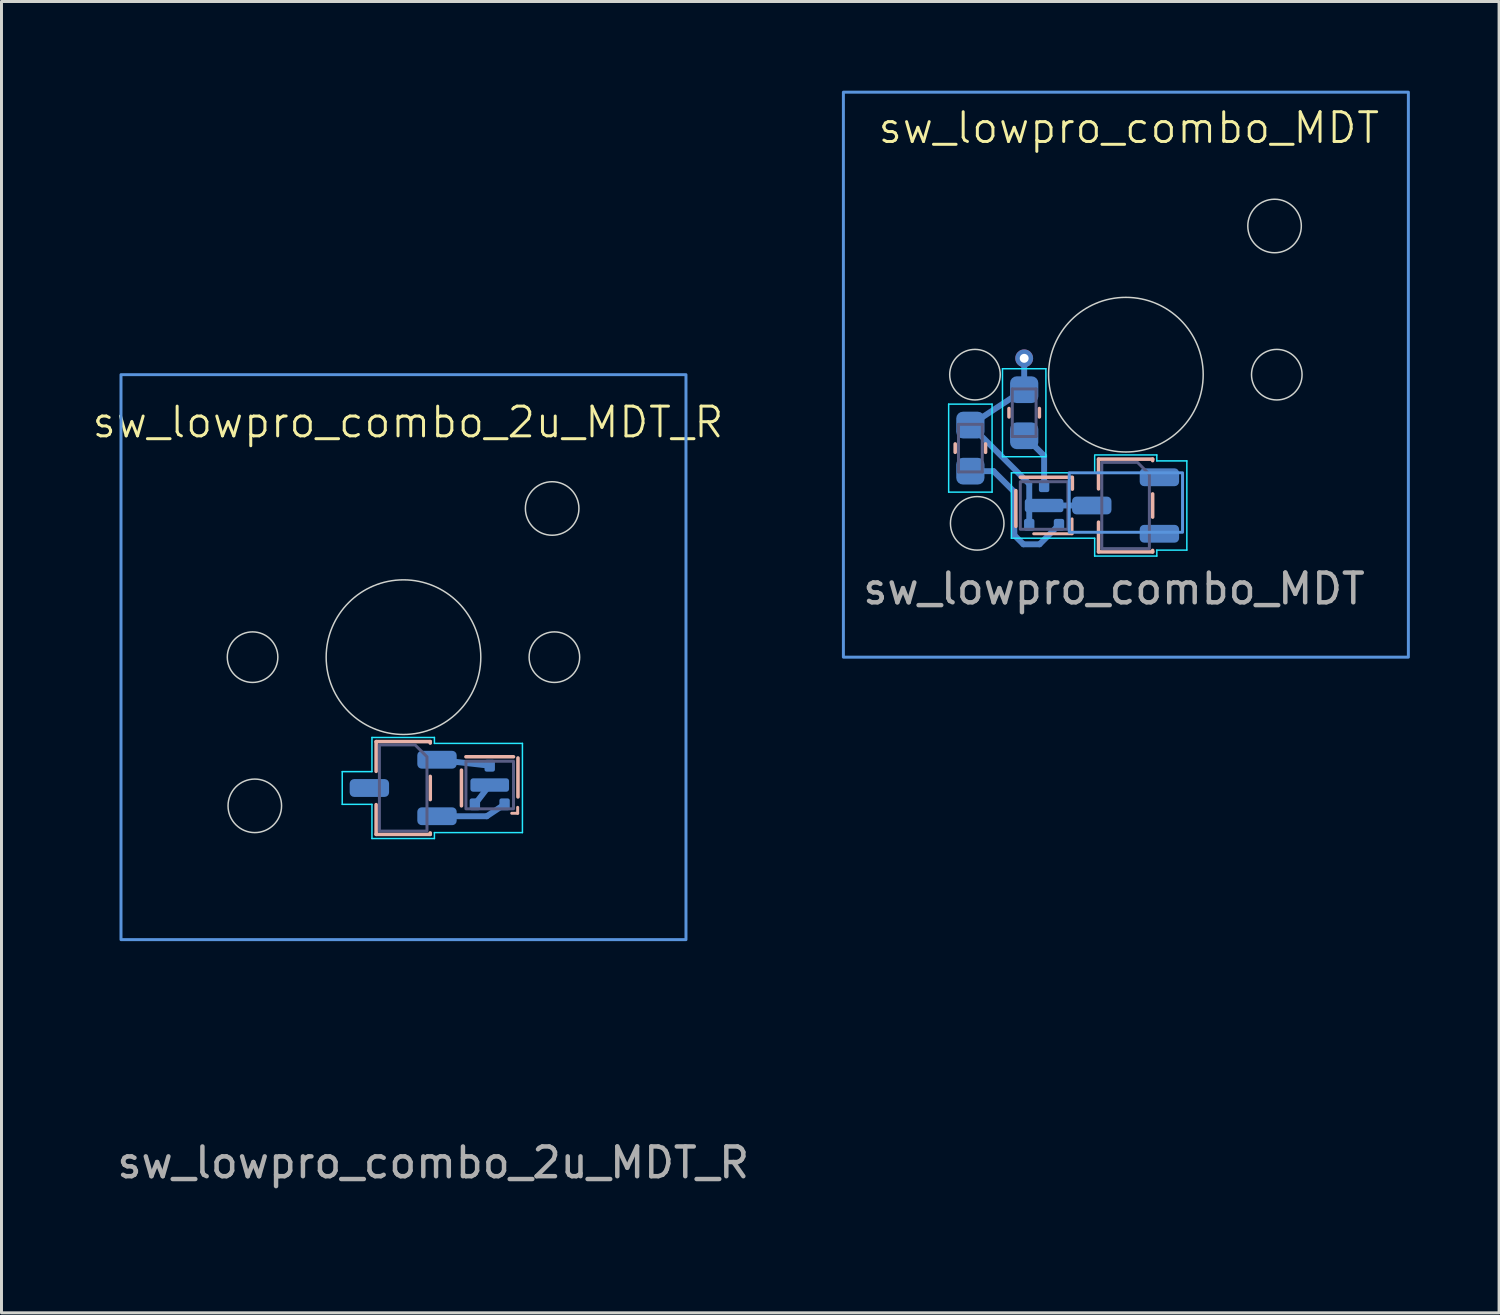
<source format=kicad_pcb>
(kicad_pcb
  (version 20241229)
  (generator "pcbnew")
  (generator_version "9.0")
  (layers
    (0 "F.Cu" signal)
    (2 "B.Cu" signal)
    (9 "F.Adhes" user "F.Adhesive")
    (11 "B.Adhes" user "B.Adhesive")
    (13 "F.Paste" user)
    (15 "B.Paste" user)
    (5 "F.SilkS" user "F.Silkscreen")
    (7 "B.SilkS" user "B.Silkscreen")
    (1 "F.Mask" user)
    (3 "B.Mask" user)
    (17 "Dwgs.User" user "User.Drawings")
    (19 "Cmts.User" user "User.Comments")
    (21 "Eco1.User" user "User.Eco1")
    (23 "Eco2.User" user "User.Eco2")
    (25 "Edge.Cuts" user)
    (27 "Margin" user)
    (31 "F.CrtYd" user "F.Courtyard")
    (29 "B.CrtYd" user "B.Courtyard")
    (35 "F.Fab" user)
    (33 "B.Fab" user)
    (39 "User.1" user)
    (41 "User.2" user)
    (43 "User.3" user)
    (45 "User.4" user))
  (footprint "sw_lowpro_combo_2u_MDT_R"
    (layer "F.Cu")
    (at 10.519 19.05)
    (property "Reference" "sw_lowpro_combo_2u_MDT_R" (at 0.15 -7.9 0) (unlocked yes) (layer "F.SilkS") (effects (font (size 1 1) (thickness 0.1))))
    (attr smd)
    (fp_line (start 1.127 3.45) (end 2.9 3.65) (stroke (width 0.2) (type default)) (layer "B.Cu"))
    (fp_line (start 2.4 4.95) (end 2.9 4.3) (stroke (width 0.2) (type default)) (layer "B.Cu"))
    (fp_line (start 2.8 5.35) (end 1.127 5.35) (stroke (width 0.2) (type solid)) (layer "B.Cu"))
    (fp_line (start 3.4 4.95) (end 2.8 5.35) (stroke (width 0.2) (type default)) (layer "B.Cu"))
    (fp_line (start -0.92 2.84) (end -0.92 3.84) (stroke (width 0.12) (type solid)) (layer "B.SilkS"))
    (fp_line (start -0.92 4.96) (end -0.92 5.96) (stroke (width 0.12) (type solid)) (layer "B.SilkS"))
    (fp_line (start -0.92 5.96) (end 0.9 5.96) (stroke (width 0.12) (type solid)) (layer "B.SilkS"))
    (fp_line (start 0.9 2.84) (end -0.92 2.84) (stroke (width 0.12) (type solid)) (layer "B.SilkS"))
    (fp_line (start 0.9 2.89) (end 0.9 2.84) (stroke (width 0.12) (type solid)) (layer "B.SilkS"))
    (fp_line (start 0.9 4.79) (end 0.9 4.01) (stroke (width 0.12) (type solid)) (layer "B.SilkS"))
    (fp_line (start 0.9 5.96) (end 0.9 5.91) (stroke (width 0.12) (type solid)) (layer "B.SilkS"))
    (fp_line (start 1.95 3.8) (end 1.95 5) (stroke (width 0.12) (type solid)) (layer "B.SilkS"))
    (fp_line (start 3.64 5.25) (end 3.84 5.25) (stroke (width 0.1) (type default)) (layer "B.SilkS"))
    (fp_line (start 3.7 3.35) (end 2.1 3.35) (stroke (width 0.12) (type solid)) (layer "B.SilkS"))
    (fp_line (start 3.84 5.25) (end 3.84 5.05) (stroke (width 0.1) (type default)) (layer "B.SilkS"))
    (fp_line (start 3.85 4.7) (end 3.85 3.39) (stroke (width 0.12) (type solid)) (layer "B.SilkS"))
    (fp_rect (start -9.5 -9.5) (end 9.5 9.5) (stroke (width 0.1) (type solid)) (fill no) (layer "Cmts.User"))
    (fp_circle (center 0 0) (end 2.5 0) (stroke (width 0.1) (type default)) (fill no) (layer "Eco1.User"))
    (fp_circle (center -5.075 0) (end -4.225 0) (stroke (width 0.05) (type solid)) (fill no) (layer "Edge.Cuts"))
    (fp_circle (center -5 5) (end -4.1 5) (stroke (width 0.05) (type solid)) (fill no) (layer "Edge.Cuts"))
    (fp_circle (center 0 0) (end 2.6 0) (stroke (width 0.05) (type solid)) (fill no) (layer "Edge.Cuts"))
    (fp_circle (center 5 -5) (end 5.9 -5) (stroke (width 0.05) (type solid)) (fill no) (layer "Edge.Cuts"))
    (fp_circle (center 5.075 0) (end 5.925 0) (stroke (width 0.05) (type solid)) (fill no) (layer "Edge.Cuts"))
    (fp_line (start -2.06 3.85) (end -2.06 4.95) (stroke (width 0.05) (type solid)) (layer "B.CrtYd"))
    (fp_line (start -2.06 4.95) (end -1.06 4.95) (stroke (width 0.05) (type solid)) (layer "B.CrtYd"))
    (fp_line (start -1.06 2.7) (end -1.06 3.85) (stroke (width 0.05) (type solid)) (layer "B.CrtYd"))
    (fp_line (start -1.06 3.85) (end -2.06 3.85) (stroke (width 0.05) (type solid)) (layer "B.CrtYd"))
    (fp_line (start -1.06 4.95) (end -1.06 6.1) (stroke (width 0.05) (type solid)) (layer "B.CrtYd"))
    (fp_line (start -1.06 6.1) (end 1.04 6.1) (stroke (width 0.05) (type solid)) (layer "B.CrtYd"))
    (fp_line (start 1.04 2.7) (end -1.06 2.7) (stroke (width 0.05) (type solid)) (layer "B.CrtYd"))
    (fp_line (start 1.04 2.9) (end 1.04 2.7) (stroke (width 0.05) (type solid)) (layer "B.CrtYd"))
    (fp_line (start 1.04 5.9) (end 4 5.9) (stroke (width 0.05) (type solid)) (layer "B.CrtYd"))
    (fp_line (start 1.04 6.1) (end 1.04 5.9) (stroke (width 0.05) (type solid)) (layer "B.CrtYd"))
    (fp_line (start 4 2.9) (end 1.04 2.9) (stroke (width 0.05) (type solid)) (layer "B.CrtYd"))
    (fp_line (start 4 5.9) (end 4 2.9) (stroke (width 0.05) (type solid)) (layer "B.CrtYd"))
    (fp_rect (start 2.1 3.5) (end 3.7 5.1) (stroke (width 0.1) (type solid)) (fill no) (layer "B.Fab"))
    (fp_poly (pts (xy 0.79 3.35) (xy 0.79 5.85) (xy -0.81 5.85) (xy -0.81 2.95) (xy 0.39 2.95)) (stroke (width 0.1) (type solid)) (fill no) (layer "B.Fab"))
    (fp_rect (start -9.5 -19) (end 9.5 19) (stroke (width 0.1) (type default)) (fill no) (layer "User.2"))
    (fp_rect (start -2.5 -6) (end 2.5 -3.5) (stroke (width 0.1) (type solid)) (fill no) (layer "User.2"))
    (fp_line (start -5.73 -14.6) (end -5.73 -9.4) (stroke (width 0.12) (type solid)) (layer "User.3"))
    (fp_line (start -5.73 9.4) (end -5.73 14.6) (stroke (width 0.12) (type solid)) (layer "User.3"))
    (fp_line (start 9.5 -15) (end -5.33 -15) (stroke (width 0.12) (type solid)) (layer "User.3"))
    (fp_line (start 9.5 -9) (end -5.33 -9) (stroke (width 0.12) (type solid)) (layer "User.3"))
    (fp_line (start 9.5 9) (end -5.33 9) (stroke (width 0.12) (type solid)) (layer "User.3"))
    (fp_line (start 9.5 15) (end -5.33 15) (stroke (width 0.12) (type solid)) (layer "User.3"))
    (fp_line (start 9.9 14.6) (end 9.9 9.4) (stroke (width 0.12) (type solid)) (layer "User.3"))
    (fp_line (start 9.97 -14.6) (end 9.97 -9.4) (stroke (width 0.12) (type solid)) (layer "User.3"))
    (fp_rect (start -9.5 -9.5) (end 9.5 9.5) (stroke (width 0.12) (type solid)) (fill no) (layer "User.3"))
    (fp_arc (start -5.73 -14.6) (mid -5.612843 -14.882843) (end -5.33 -15) (stroke (width 0.12) (type solid)) (layer "User.3"))
    (fp_arc (start -5.73 9.4) (mid -5.612843 9.117157) (end -5.33 9) (stroke (width 0.12) (type solid)) (layer "User.3"))
    (fp_arc (start -5.33 -9) (mid -5.612843 -9.117157) (end -5.73 -9.4) (stroke (width 0.12) (type solid)) (layer "User.3"))
    (fp_arc (start -5.33 15) (mid -5.612843 14.882843) (end -5.73 14.6) (stroke (width 0.12) (type solid)) (layer "User.3"))
    (fp_arc (start 9.5 9) (mid 9.782843 9.117157) (end 9.9 9.4) (stroke (width 0.12) (type solid)) (layer "User.3"))
    (fp_arc (start 9.57 -15) (mid 9.852843 -14.882842) (end 9.97 -14.599999) (stroke (width 0.12) (type solid)) (layer "User.3"))
    (fp_arc (start 9.9 14.6) (mid 9.782843 14.882843) (end 9.5 15) (stroke (width 0.12) (type solid)) (layer "User.3"))
    (fp_arc (start 9.97 -9.4) (mid 9.852842 -9.117157) (end 9.569999 -9) (stroke (width 0.12) (type solid)) (layer "User.3"))
    (fp_line (start -7 -7) (end 7 -7) (stroke (width 0.1) (type solid)) (layer "User.4"))
    (fp_line (start -7 7) (end -7 -7) (stroke (width 0.1) (type solid)) (layer "User.4"))
    (fp_line (start -1.905 4.3) (end 1.905 4.3) (stroke (width 0.1) (type solid)) (layer "User.4"))
    (fp_line (start 0 3.25) (end 0 5.75) (stroke (width 0.1) (type solid)) (layer "User.4"))
    (fp_line (start 7 -7) (end 7 7) (stroke (width 0.1) (type solid)) (layer "User.4"))
    (fp_line (start 7 7) (end -7 7) (stroke (width 0.1) (type solid)) (layer "User.4"))
    (fp_rect (start -1.905 3.3) (end 1.905 5.3) (stroke (width 0.1) (type solid)) (fill no) (layer "User.4"))
    (fp_circle (center 0 4.5) (end 1.25 4.5) (stroke (width 0.1) (type solid)) (fill no) (layer "User.4"))
    (fp_text user "${REFERENCE}" (at 1 17 180) (layer "F.Fab") (effects (font (size 1 1) (thickness 0.15))))
    (pad "1" smd roundrect (at 1.127 3.45) (size 1.325 0.6) (layers "B.Cu" "B.Mask" "B.Paste") (roundrect_rratio 0.25))
    (pad "1" smd roundrect (at 2.9 3.65 270) (size 0.4 0.35) (layers "B.Cu" "B.Mask" "B.Paste") (roundrect_rratio 0.2))
    (pad "2" smd roundrect (at 1.127 5.35) (size 1.325 0.6) (layers "B.Cu" "B.Mask" "B.Paste") (roundrect_rratio 0.25))
    (pad "2" smd roundrect (at 3.4 4.95 270) (size 0.4 0.35) (layers "B.Cu" "B.Mask" "B.Paste") (roundrect_rratio 0.2))
    (pad "3" smd roundrect (at -1.147 4.4) (size 1.325 0.6) (layers "B.Cu" "B.Mask" "B.Paste") (roundrect_rratio 0.25))
    (pad "3" smd roundrect (at 2.4 4.95 270) (size 0.4 0.35) (layers "B.Cu" "B.Mask" "B.Paste") (roundrect_rratio 0.2))
    (pad "3" smd roundrect (at 2.9 4.3 270) (size 0.45 1.3) (layers "B.Cu" "B.Mask" "B.Paste") (roundrect_rratio 0.2))
    (zone (net_name "") (layers "F.Cu" "B.Cu") (hatch edge 0.5) (connect_pads) (min_thickness 0.25) (filled_areas_thickness no) (keepout (tracks allowed) (vias allowed) (pads allowed) (copperpour not_allowed) (footprints allowed)) (placement (enabled no)) (fill) (polygon (pts (xy 3.519 19.05) (xy 17.519 19.05) (xy 17.519 28.55) (xy 3.519 28.55))))
    (zone (net_name "") (layer "User.6") (hatch edge 0.5) (connect_pads) (min_thickness 0.25) (filled_areas_thickness no) (keepout (tracks allowed) (vias allowed) (pads allowed) (copperpour not_allowed) (footprints allowed)) (placement (enabled no)) (fill) (polygon (pts (xy 3.519 19.05) (xy 17.519 19.05) (xy 17.519 28.55) (xy 3.619 28.55)))))
  (footprint "sw_lowpro_combo_MDT"
    (layer "F.Cu")
    (at 34.813 9.55)
    (property "Reference" "sw_lowpro_combo_MDT" (at 0.1 -8.3 0) (unlocked yes) (layer "F.SilkS") (effects (font (size 1 1) (thickness 0.1))))
    (attr smd)
    (fp_line (start -5.23 1.695) (end -3.42 0.505) (stroke (width 0.2) (type default)) (layer "B.Cu"))
    (fp_line (start -5.23 1.695) (end -3.25 3.675) (stroke (width 0.2) (type solid)) (layer "B.Cu"))
    (fp_line (start -5.23 3.245) (end -4.45 3.245) (stroke (width 0.2) (type default)) (layer "B.Cu"))
    (fp_line (start -4.45 3.245) (end -3.771 3.924) (stroke (width 0.2) (type solid)) (layer "B.Cu"))
    (fp_line (start -3.771 3.924) (end -3.75 5.4) (stroke (width 0.2) (type default)) (layer "B.Cu"))
    (fp_line (start -3.75 5.4) (end -3.446 5.704) (stroke (width 0.2) (type solid)) (layer "B.Cu"))
    (fp_line (start -3.446 5.704) (end -2.904 5.704) (stroke (width 0.2) (type default)) (layer "B.Cu"))
    (fp_line (start -3.42 0.505) (end -3.42 -0.25) (stroke (width 0.2) (type default)) (layer "B.Cu"))
    (fp_line (start -3.42 2.055) (end -2.75 2.725) (stroke (width 0.2) (type solid)) (layer "B.Cu"))
    (fp_line (start -3.25 3.675) (end -3.25 5.05) (stroke (width 0.2) (type solid)) (layer "B.Cu"))
    (fp_line (start -2.75 3.75) (end -2.75 2.725) (stroke (width 0.2) (type default)) (layer "B.Cu"))
    (fp_line (start -2.75 4.4) (end -1.147 4.4) (stroke (width 0.2) (type default)) (layer "B.Cu"))
    (fp_line (start -2.25 5.05) (end -2.904 5.704) (stroke (width 0.2) (type solid)) (layer "B.Cu"))
    (fp_line (start -5.74 2.329) (end -5.74 2.611) (stroke (width 0.12) (type solid)) (layer "B.SilkS"))
    (fp_line (start -4.72 2.329) (end -4.72 2.611) (stroke (width 0.12) (type solid)) (layer "B.SilkS"))
    (fp_line (start -3.93 1.421) (end -3.93 1.139) (stroke (width 0.12) (type solid)) (layer "B.SilkS"))
    (fp_line (start -3.7 3.9) (end -3.7 5.1) (stroke (width 0.12) (type solid)) (layer "B.SilkS"))
    (fp_line (start -3.1 5.35) (end -1.81 5.35) (stroke (width 0.1) (type default)) (layer "B.SilkS"))
    (fp_line (start -2.91 1.421) (end -2.91 1.139) (stroke (width 0.12) (type solid)) (layer "B.SilkS"))
    (fp_line (start -1.81 5.35) (end -1.81 4.85) (stroke (width 0.1) (type default)) (layer "B.SilkS"))
    (fp_line (start -1.8 3.45) (end -3.55 3.45) (stroke (width 0.12) (type solid)) (layer "B.SilkS"))
    (fp_line (start -1.8 3.85) (end -1.8 3.49) (stroke (width 0.12) (type solid)) (layer "B.SilkS"))
    (fp_line (start -0.92 2.84) (end -0.92 3.84) (stroke (width 0.12) (type solid)) (layer "B.SilkS"))
    (fp_line (start -0.92 4.96) (end -0.92 5.96) (stroke (width 0.12) (type solid)) (layer "B.SilkS"))
    (fp_line (start -0.92 5.96) (end 0.9 5.96) (stroke (width 0.12) (type solid)) (layer "B.SilkS"))
    (fp_line (start 0.9 2.84) (end -0.92 2.84) (stroke (width 0.12) (type solid)) (layer "B.SilkS"))
    (fp_line (start 0.9 2.89) (end 0.9 2.84) (stroke (width 0.12) (type solid)) (layer "B.SilkS"))
    (fp_line (start 0.9 4.79) (end 0.9 4.01) (stroke (width 0.12) (type solid)) (layer "B.SilkS"))
    (fp_line (start 0.9 5.96) (end 0.9 5.91) (stroke (width 0.12) (type solid)) (layer "B.SilkS"))
    (fp_rect (start -9.5 -9.5) (end 9.5 9.5) (stroke (width 0.1) (type solid)) (fill no) (layer "Cmts.User"))
    (fp_rect (start -1.905 3.3) (end 1.905 5.3) (stroke (width 0.1) (type solid)) (fill no) (layer "Cmts.User"))
    (fp_circle (center 0 0) (end 2.5 0) (stroke (width 0.1) (type default)) (fill no) (layer "Eco1.User"))
    (fp_circle (center -5.075 0) (end -4.225 0) (stroke (width 0.05) (type solid)) (fill no) (layer "Edge.Cuts"))
    (fp_circle (center -5 5) (end -4.1 5) (stroke (width 0.05) (type solid)) (fill no) (layer "Edge.Cuts"))
    (fp_circle (center 0 0) (end 2.6 0) (stroke (width 0.05) (type solid)) (fill no) (layer "Edge.Cuts"))
    (fp_circle (center 5 -5) (end 5.9 -5) (stroke (width 0.05) (type solid)) (fill no) (layer "Edge.Cuts"))
    (fp_circle (center 5.075 0) (end 5.925 0) (stroke (width 0.05) (type solid)) (fill no) (layer "Edge.Cuts"))
    (fp_line (start -5.96 0.99) (end -5.96 3.95) (stroke (width 0.05) (type solid)) (layer "B.CrtYd"))
    (fp_line (start -5.96 3.95) (end -4.5 3.95) (stroke (width 0.05) (type solid)) (layer "B.CrtYd"))
    (fp_line (start -4.5 0.99) (end -5.96 0.99) (stroke (width 0.05) (type solid)) (layer "B.CrtYd"))
    (fp_line (start -4.5 3.95) (end -4.5 0.99) (stroke (width 0.05) (type solid)) (layer "B.CrtYd"))
    (fp_line (start -4.15 -0.2) (end -4.15 2.76) (stroke (width 0.05) (type solid)) (layer "B.CrtYd"))
    (fp_line (start -4.15 2.76) (end -2.69 2.76) (stroke (width 0.05) (type solid)) (layer "B.CrtYd"))
    (fp_line (start -3.85 3.3) (end -3.85 5.5) (stroke (width 0.05) (type solid)) (layer "B.CrtYd"))
    (fp_line (start -3.85 5.5) (end -1.05 5.5) (stroke (width 0.05) (type solid)) (layer "B.CrtYd"))
    (fp_line (start -2.69 -0.2) (end -4.15 -0.2) (stroke (width 0.05) (type solid)) (layer "B.CrtYd"))
    (fp_line (start -2.69 2.76) (end -2.69 -0.2) (stroke (width 0.05) (type solid)) (layer "B.CrtYd"))
    (fp_line (start -1.05 2.725) (end -1.05 3.3) (stroke (width 0.05) (type solid)) (layer "B.CrtYd"))
    (fp_line (start -1.05 3.3) (end -3.85 3.3) (stroke (width 0.05) (type solid)) (layer "B.CrtYd"))
    (fp_line (start -1.05 5.5) (end -1.05 6.1) (stroke (width 0.05) (type solid)) (layer "B.CrtYd"))
    (fp_line (start -1.05 6.1) (end 1.04 6.1) (stroke (width 0.05) (type solid)) (layer "B.CrtYd"))
    (fp_line (start 1.04 2.7) (end -1.05 2.7) (stroke (width 0.05) (type solid)) (layer "B.CrtYd"))
    (fp_line (start 1.04 2.9) (end 1.04 2.7) (stroke (width 0.05) (type solid)) (layer "B.CrtYd"))
    (fp_line (start 1.04 5.9) (end 2.05 5.9) (stroke (width 0.05) (type solid)) (layer "B.CrtYd"))
    (fp_line (start 1.04 6.1) (end 1.04 5.9) (stroke (width 0.05) (type solid)) (layer "B.CrtYd"))
    (fp_line (start 2.05 2.9) (end 1.04 2.9) (stroke (width 0.05) (type solid)) (layer "B.CrtYd"))
    (fp_line (start 2.05 5.9) (end 2.05 2.9) (stroke (width 0.05) (type solid)) (layer "B.CrtYd"))
    (fp_line (start -5.63 1.67) (end -5.63 3.27) (stroke (width 0.1) (type solid)) (layer "B.Fab"))
    (fp_line (start -5.63 3.27) (end -4.83 3.27) (stroke (width 0.1) (type solid)) (layer "B.Fab"))
    (fp_line (start -4.83 1.67) (end -5.63 1.67) (stroke (width 0.1) (type solid)) (layer "B.Fab"))
    (fp_line (start -4.83 3.27) (end -4.83 1.67) (stroke (width 0.1) (type solid)) (layer "B.Fab"))
    (fp_line (start -3.82 0.48) (end -3.82 2.08) (stroke (width 0.1) (type solid)) (layer "B.Fab"))
    (fp_line (start -3.82 2.08) (end -3.02 2.08) (stroke (width 0.1) (type solid)) (layer "B.Fab"))
    (fp_line (start -3.02 0.48) (end -3.82 0.48) (stroke (width 0.1) (type solid)) (layer "B.Fab"))
    (fp_line (start -3.02 2.08) (end -3.02 0.48) (stroke (width 0.1) (type solid)) (layer "B.Fab"))
    (fp_rect (start -3.55 3.6) (end -1.95 5.2) (stroke (width 0.1) (type solid)) (fill no) (layer "B.Fab"))
    (fp_poly (pts (xy 0.79 3.35) (xy 0.79 5.85) (xy -0.81 5.85) (xy -0.81 2.95) (xy 0.39 2.95)) (stroke (width 0.1) (type solid)) (fill no) (layer "B.Fab"))
    (fp_rect (start -2.5 -6) (end 2.5 -3.5) (stroke (width 0.1) (type solid)) (fill no) (layer "User.2"))
    (fp_line (start -1.905 4.3) (end 1.905 4.3) (stroke (width 0.1) (type solid)) (layer "User.3"))
    (fp_line (start 0 3.25) (end 0 5.75) (stroke (width 0.1) (type solid)) (layer "User.3"))
    (fp_line (start -7 -7) (end 7 -7) (stroke (width 0.1) (type solid)) (layer "User.4"))
    (fp_line (start -7 7) (end -7 -7) (stroke (width 0.1) (type solid)) (layer "User.4"))
    (fp_line (start 7 -7) (end 7 7) (stroke (width 0.1) (type solid)) (layer "User.4"))
    (fp_line (start 7 7) (end -7 7) (stroke (width 0.1) (type solid)) (layer "User.4"))
    (fp_circle (center 0 4.5) (end 1.25 4.5) (stroke (width 0.1) (type solid)) (fill no) (layer "User.4"))
    (fp_text user "${REFERENCE}" (at -0.4 7.2 0) (unlocked yes) (layer "F.Fab") (effects (font (size 1 1) (thickness 0.15))))
    (pad "1" smd roundrect (at -3.42 2.055 270) (size 0.9 0.95) (layers "B.Cu" "B.Mask" "B.Paste") (roundrect_rratio 0.25))
    (pad "1" smd roundrect (at -2.75 3.75 270) (size 0.4 0.35) (layers "B.Cu" "B.Mask" "B.Paste") (roundrect_rratio 0.2))
    (pad "1" smd roundrect (at 1.127 3.45) (size 1.325 0.6) (layers "B.Cu" "B.Mask" "B.Paste") (roundrect_rratio 0.25))
    (pad "2" smd roundrect (at -5.23 3.245 90) (size 0.9 0.95) (layers "B.Cu" "B.Mask" "B.Paste") (roundrect_rratio 0.25))
    (pad "2" smd roundrect (at -2.25 5.05 270) (size 0.4 0.35) (layers "B.Cu" "B.Mask" "B.Paste") (roundrect_rratio 0.2))
    (pad "2" smd roundrect (at 1.127 5.35) (size 1.325 0.6) (layers "B.Cu" "B.Mask" "B.Paste") (roundrect_rratio 0.25))
    (pad "3" smd roundrect (at -5.23 1.695 90) (size 0.9 0.95) (layers "B.Cu" "B.Mask" "B.Paste") (roundrect_rratio 0.25))
    (pad "3" thru_hole circle (at -3.42 -0.55 270) (size 0.6 0.6) (drill 0.3) (layers "*.Cu" "*.Mask"))
    (pad "3" smd roundrect (at -3.42 0.505 270) (size 0.9 0.95) (layers "B.Cu" "B.Mask" "B.Paste") (roundrect_rratio 0.25))
    (pad "3" smd roundrect (at -3.25 5.05 270) (size 0.4 0.35) (layers "B.Cu" "B.Mask" "B.Paste") (roundrect_rratio 0.2))
    (pad "3" smd roundrect (at -2.75 4.4 270) (size 0.45 1.3) (layers "B.Cu" "B.Mask" "B.Paste") (roundrect_rratio 0.2))
    (pad "3" smd roundrect (at -1.147 4.4) (size 1.325 0.6) (layers "B.Cu" "B.Mask" "B.Paste") (roundrect_rratio 0.25))
    (zone (net_name "") (layers "F.Cu" "B.Cu") (hatch edge 0.5) (connect_pads) (min_thickness 0.25) (filled_areas_thickness no) (keepout (tracks allowed) (vias allowed) (pads allowed) (copperpour not_allowed) (footprints allowed)) (placement (enabled no)) (fill) (polygon (pts (xy 27.813 9.55) (xy 41.813 9.55) (xy 41.813 19.05) (xy 27.813 19.05))))
    (zone (net_name "") (layer "User.6") (hatch edge 0.5) (connect_pads) (min_thickness 0.25) (filled_areas_thickness no) (keepout (tracks allowed) (vias allowed) (pads allowed) (copperpour not_allowed) (footprints allowed)) (placement (enabled no)) (fill) (polygon (pts (xy 27.813 9.55) (xy 41.813 9.55) (xy 41.813 19.05) (xy 27.913 19.05)))))
  (gr_rect
    (start -3 -3)
    (end 47.363 41.1)
    (stroke (width 0.1) (type default))
    (fill no)
    (layer "Edge.Cuts")))
</source>
